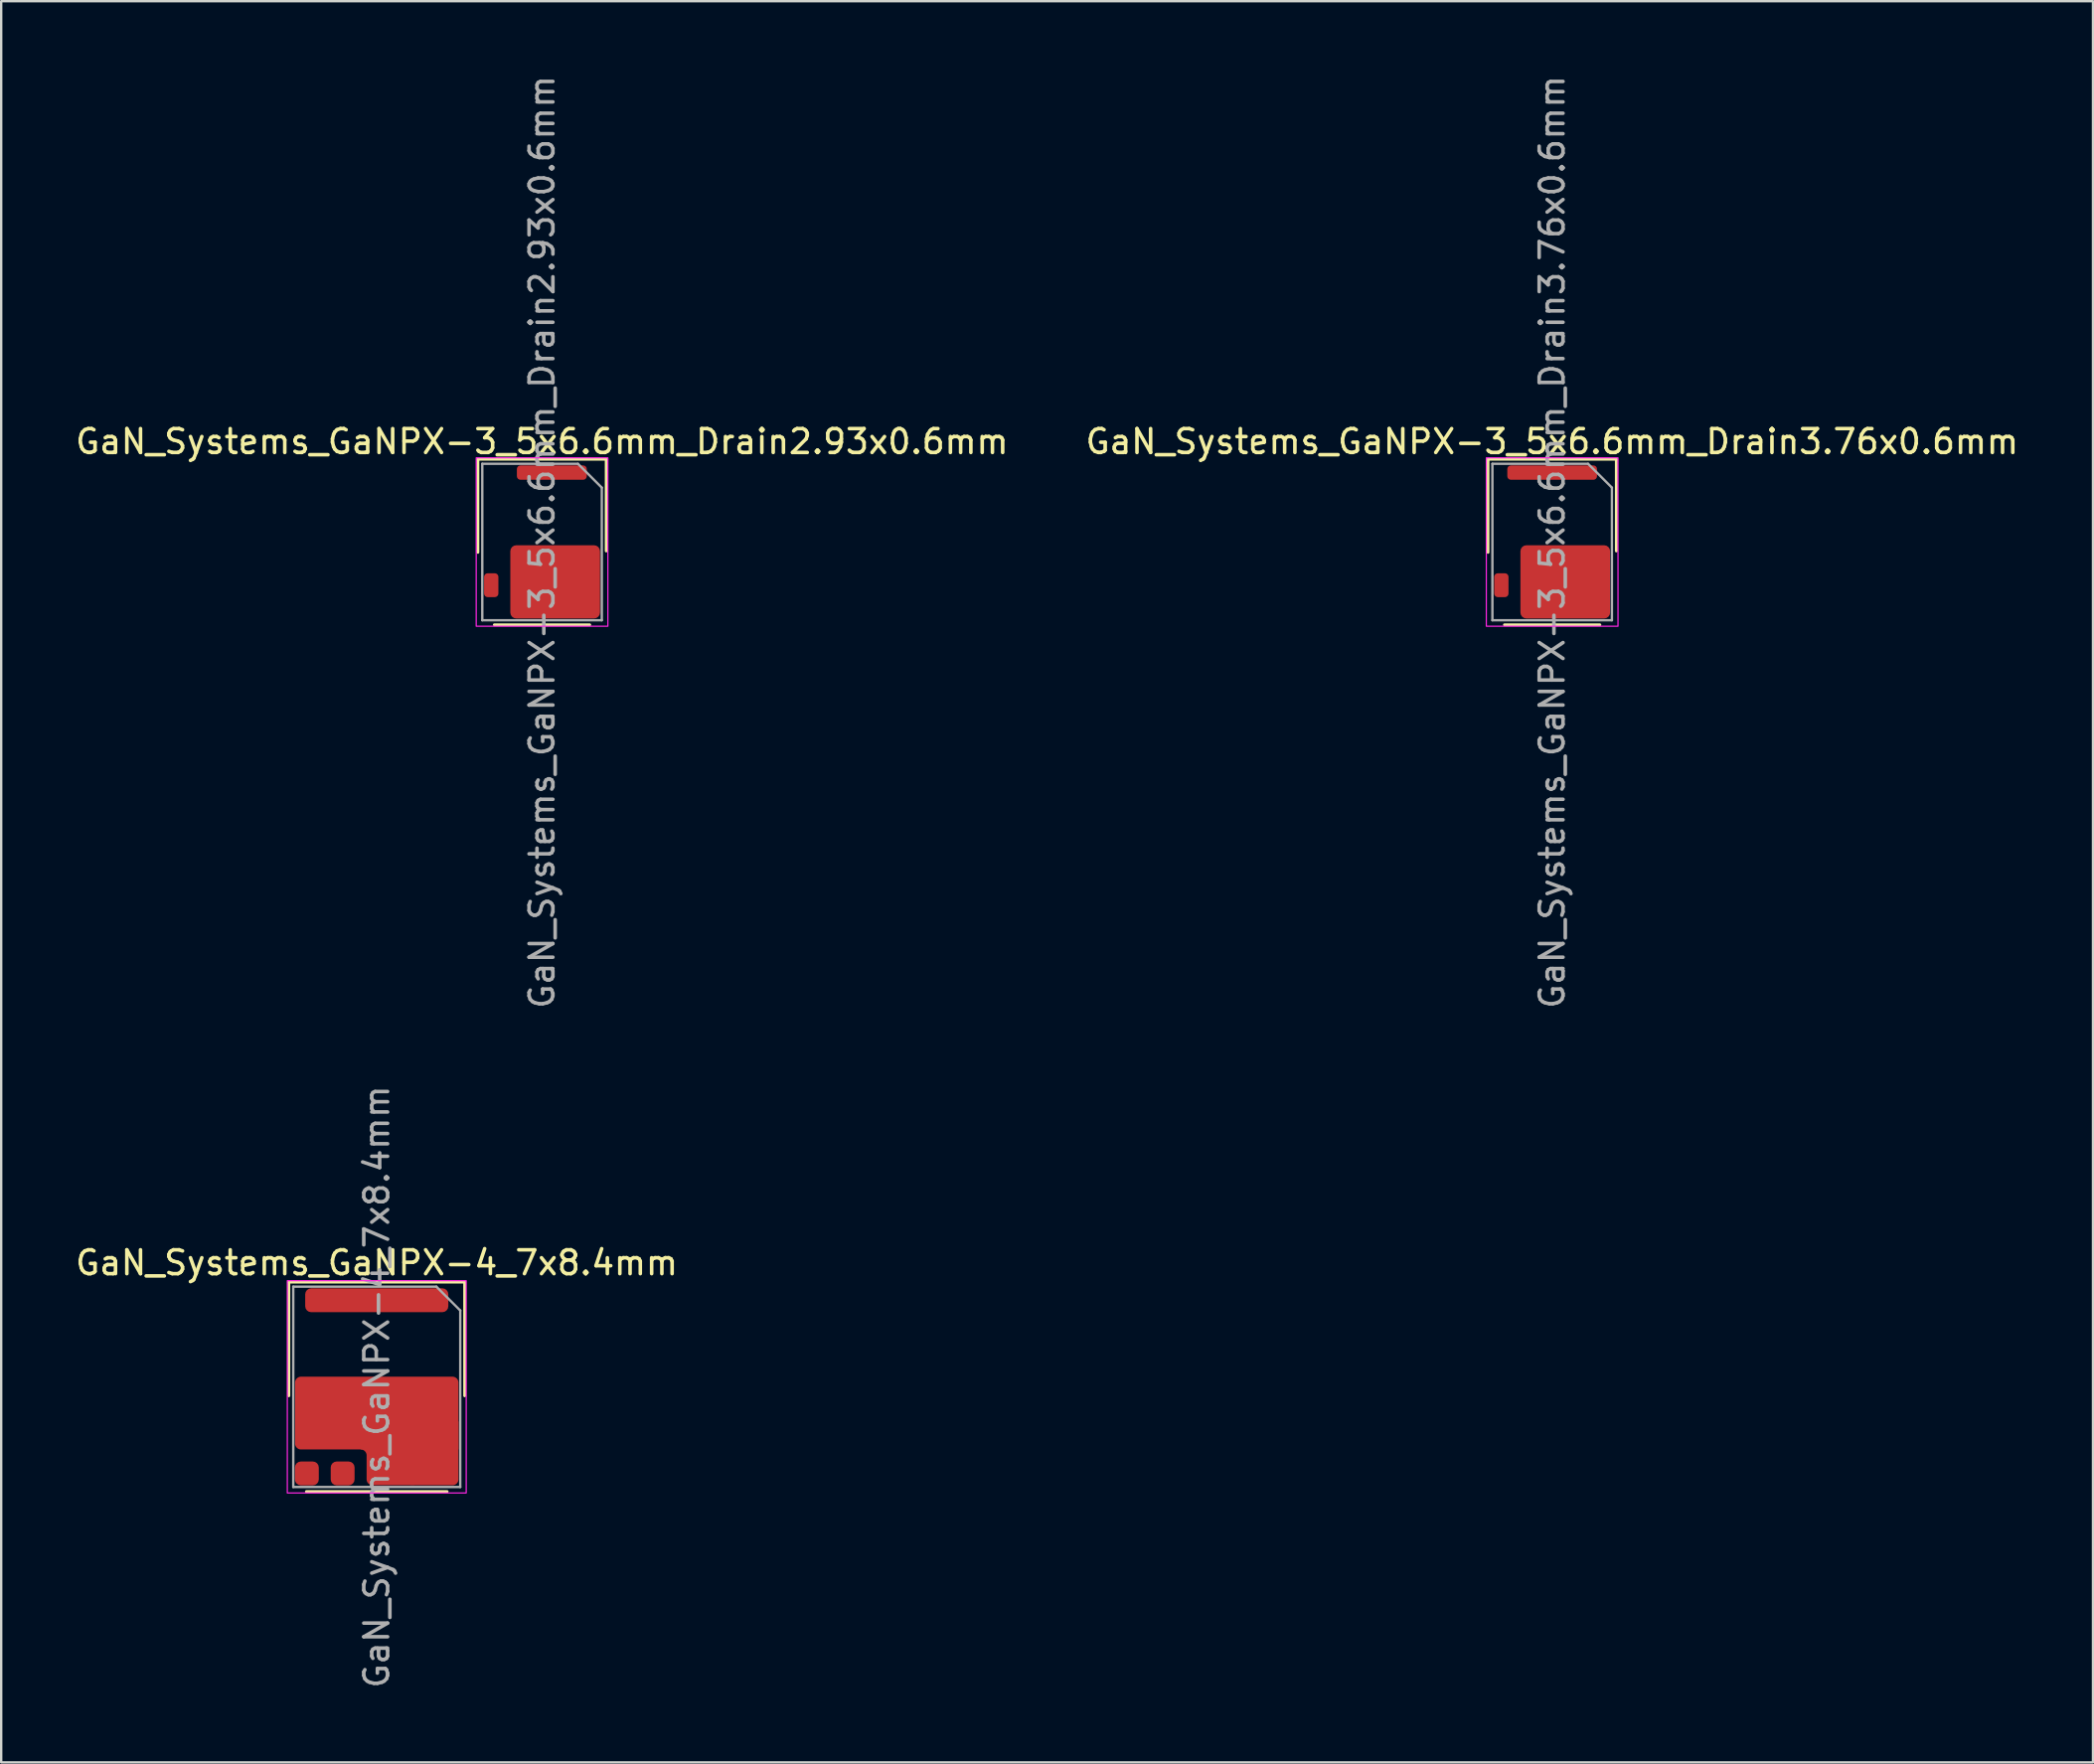
<source format=kicad_pcb>
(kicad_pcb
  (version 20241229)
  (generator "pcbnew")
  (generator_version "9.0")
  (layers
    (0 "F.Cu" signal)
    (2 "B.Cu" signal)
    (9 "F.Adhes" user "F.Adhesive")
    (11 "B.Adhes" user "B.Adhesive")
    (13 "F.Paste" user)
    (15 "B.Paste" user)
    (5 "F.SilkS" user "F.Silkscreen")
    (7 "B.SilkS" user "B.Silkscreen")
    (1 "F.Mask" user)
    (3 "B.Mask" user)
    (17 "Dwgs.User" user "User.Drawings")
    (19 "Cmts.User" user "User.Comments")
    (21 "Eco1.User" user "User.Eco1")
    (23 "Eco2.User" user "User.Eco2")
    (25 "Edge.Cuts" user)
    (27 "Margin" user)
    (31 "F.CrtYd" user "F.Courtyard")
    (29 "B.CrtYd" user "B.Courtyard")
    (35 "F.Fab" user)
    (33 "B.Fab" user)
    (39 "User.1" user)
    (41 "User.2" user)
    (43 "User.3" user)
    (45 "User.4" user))
  (footprint "GaN_Systems_GaNPX-3_5x6.6mm_Drain3.76x0.6mm"
    (layer "F.Cu")
    (at 62.018 19.673)
    (property "Reference" "GaN_Systems_GaNPX-3_5x6.6mm_Drain3.76x0.6mm" (at 0 -4.21 0) (layer "F.SilkS") (effects (font (size 1 1) (thickness 0.15))))
    (attr smd)
    (fp_line (start -2.69 -3.47) (end -2.69 0.432) (stroke (width 0.12) (type default)) (layer "F.SilkS"))
    (fp_line (start -2 3.47) (end 2 3.47) (stroke (width 0.12) (type default)) (layer "F.SilkS"))
    (fp_line (start 2.69 -3.47) (end -2.69 -3.47) (stroke (width 0.12) (type default)) (layer "F.SilkS"))
    (fp_line (start 2.69 0.375) (end 2.69 -3.47) (stroke (width 0.12) (type default)) (layer "F.SilkS"))
    (fp_rect (start -2.76 -3.53) (end 2.76 3.53) (stroke (width 0.05) (type default)) (fill no) (layer "F.CrtYd"))
    (fp_line (start -2.505 -3.28) (end -2.505 3.28) (stroke (width 0.1) (type default)) (layer "F.Fab"))
    (fp_line (start -2.505 3.28) (end 2.505 3.28) (stroke (width 0.1) (type default)) (layer "F.Fab"))
    (fp_line (start 1.505 -3.28) (end -2.505 -3.28) (stroke (width 0.1) (type default)) (layer "F.Fab"))
    (fp_line (start 1.505 -3.28) (end 2.505 -2.28) (stroke (width 0.1) (type default)) (layer "F.Fab"))
    (fp_line (start 2.505 3.28) (end 2.505 -2.28) (stroke (width 0.1) (type default)) (layer "F.Fab"))
    (fp_text user "${REFERENCE}" (at 0 0 90) (layer "F.Fab") (effects (font (size 1 1) (thickness 0.15))))
    (pad "" smd roundrect (at -0.34 0.953) (size 1.58 1.235) (layers "F.Paste") (roundrect_rratio 0.202))
    (pad "" smd roundrect (at -0.34 2.388) (size 1.58 1.235) (layers "F.Paste") (roundrect_rratio 0.202))
    (pad "" smd roundrect (at 1.44 0.953) (size 1.58 1.235) (layers "F.Paste") (roundrect_rratio 0.202))
    (pad "" smd roundrect (at 1.44 2.388) (size 1.58 1.235) (layers "F.Paste") (roundrect_rratio 0.202))
    (pad "1" smd roundrect (at 0 -2.91) (size 3.76 0.6) (layers "F.Cu" "F.Mask" "F.Paste") (roundrect_rratio 0.25))
    (pad "2" smd roundrect (at -2.13 1.81) (size 0.6 1) (layers "F.Cu" "F.Mask" "F.Paste") (roundrect_rratio 0.25))
    (pad "3" smd roundrect (at 0.55 1.67) (size 3.76 3.07) (layers "F.Cu" "F.Mask") (roundrect_rratio 0.081)))
  (footprint "GaN_Systems_GaNPX-4_7x8.4mm"
    (layer "F.Cu")
    (at 12.744 55.089)
    (property "Reference" "GaN_Systems_GaNPX-4_7x8.4mm" (at 0 -5.2 0) (layer "F.SilkS") (effects (font (size 1 1) (thickness 0.15))))
    (attr smd)
    (fp_line (start -3.685 -4.39) (end -3.685 0.375) (stroke (width 0.12) (type default)) (layer "F.SilkS"))
    (fp_line (start -2.95 4.39) (end 2.95 4.39) (stroke (width 0.12) (type default)) (layer "F.SilkS"))
    (fp_line (start 3.685 -4.39) (end -3.685 -4.39) (stroke (width 0.12) (type default)) (layer "F.SilkS"))
    (fp_line (start 3.685 0.375) (end 3.685 -4.39) (stroke (width 0.12) (type default)) (layer "F.SilkS"))
    (fp_rect (start -3.75 -4.45) (end 3.75 4.45) (stroke (width 0.05) (type default)) (fill no) (layer "F.CrtYd"))
    (fp_line (start -3.5 -4.2) (end -3.5 4.2) (stroke (width 0.1) (type default)) (layer "F.Fab"))
    (fp_line (start -3.5 4.2) (end 3.5 4.2) (stroke (width 0.1) (type default)) (layer "F.Fab"))
    (fp_line (start 2.5 -4.2) (end -3.5 -4.2) (stroke (width 0.1) (type default)) (layer "F.Fab"))
    (fp_line (start 2.5 -4.2) (end 3.5 -3.2) (stroke (width 0.1) (type default)) (layer "F.Fab"))
    (fp_line (start 3.5 4.2) (end 3.5 -3.2) (stroke (width 0.1) (type default)) (layer "F.Fab"))
    (fp_text user "${REFERENCE}" (at 0 0 90) (layer "F.Fab") (effects (font (size 1 1) (thickness 0.15))))
    (pad "" smd roundrect (at -2.575 0.388) (size 1.3 1.225) (layers "F.Paste") (roundrect_rratio 0.2) (chamfer_ratio 0.2) (chamfer))
    (pad "" smd roundrect (at -2.575 1.812) (size 1.3 1.225) (layers "F.Paste") (roundrect_rratio 0.2) (chamfer_ratio 0.2) (chamfer))
    (pad "" smd roundrect (at -1.075 0.388) (size 1.3 1.225) (layers "F.Paste") (roundrect_rratio 0.2) (chamfer_ratio 0.2) (chamfer))
    (pad "" smd roundrect (at -1.075 1.812) (size 1.3 1.225) (layers "F.Paste") (roundrect_rratio 0.2) (chamfer_ratio 0.2) (chamfer))
    (pad "" smd roundrect (at 0.588 0.388) (size 1.625 1.225) (layers "F.Paste") (roundrect_rratio 0.2) (chamfer_ratio 0.2) (chamfer))
    (pad "" smd roundrect (at 0.588 1.812) (size 1.625 1.225) (layers "F.Paste") (roundrect_rratio 0.2) (chamfer_ratio 0.2) (chamfer))
    (pad "" smd roundrect (at 0.588 3.275) (size 1.625 1.3) (layers "F.Paste") (roundrect_rratio 0.2) (chamfer_ratio 0.2) (chamfer))
    (pad "" smd roundrect (at 2.413 0.388) (size 1.625 1.225) (layers "F.Paste") (roundrect_rratio 0.2) (chamfer_ratio 0.2) (chamfer))
    (pad "" smd roundrect (at 2.413 1.812) (size 1.625 1.225) (layers "F.Paste") (roundrect_rratio 0.2) (chamfer_ratio 0.2) (chamfer))
    (pad "" smd roundrect (at 2.413 3.275) (size 1.625 1.3) (layers "F.Paste") (roundrect_rratio 0.2) (chamfer_ratio 0.2) (chamfer))
    (pad "1" smd roundrect (at 0 -3.63) (size 6 1) (layers "F.Cu" "F.Mask" "F.Paste") (roundrect_rratio 0.25))
    (pad "2" smd custom (at 0 1.1) (size 3.05 3.05) (layers "F.Cu" "F.Mask") (options (anchor circle)) (primitives (gr_poly (pts (arc (start -3.425 1.275) (mid -3.351777 1.451777) (end -3.175 1.525)) (xy 3.425 1.525) (arc (start 3.425 -1.275) (mid 3.351777 -1.451777) (end 3.175 -1.525)) (arc (start -3.175 -1.525) (mid -3.351777 -1.451777) (end -3.425 -1.275))) (width 0.0001) (fill yes))))
    (pad "2" smd custom (at 1.5 3.38) (size 1.5 1.5) (layers "F.Cu" "F.Mask") (options (anchor circle)) (primitives (gr_poly (pts (arc (start 1.675 0.745) (mid 1.851777 0.671777) (end 1.925 0.495)) (xy 1.925 -1.93) (xy -2.175 -1.93) (arc (start -2.175 -0.755) (mid -1.998223 -0.681777) (end -1.925 -0.505)) (arc (start -1.925 0.495) (mid -1.851777 0.671777) (end -1.675 0.745))) (width 0.0001) (fill yes))))
    (pad "3" smd roundrect (at -2.93 3.63) (size 1 1) (layers "F.Cu" "F.Mask" "F.Paste") (roundrect_rratio 0.25))
    (pad "4" smd roundrect (at -1.43 3.63) (size 1 1) (layers "F.Cu" "F.Mask" "F.Paste") (roundrect_rratio 0.25)))
  (footprint "GaN_Systems_GaNPX-3_5x6.6mm_Drain2.93x0.6mm"
    (layer "F.Cu")
    (at 19.673 19.673)
    (property "Reference" "GaN_Systems_GaNPX-3_5x6.6mm_Drain2.93x0.6mm" (at 0 -4.21 0) (layer "F.SilkS") (effects (font (size 1 1) (thickness 0.15))))
    (attr smd)
    (fp_line (start -2.69 -3.47) (end -2.69 0.432) (stroke (width 0.12) (type default)) (layer "F.SilkS"))
    (fp_line (start -2 3.47) (end 2 3.47) (stroke (width 0.12) (type default)) (layer "F.SilkS"))
    (fp_line (start 2.69 -3.47) (end -2.69 -3.47) (stroke (width 0.12) (type default)) (layer "F.SilkS"))
    (fp_line (start 2.69 0.375) (end 2.69 -3.47) (stroke (width 0.12) (type default)) (layer "F.SilkS"))
    (fp_rect (start -2.76 -3.53) (end 2.76 3.53) (stroke (width 0.05) (type default)) (fill no) (layer "F.CrtYd"))
    (fp_line (start -2.505 -3.28) (end -2.505 3.28) (stroke (width 0.1) (type default)) (layer "F.Fab"))
    (fp_line (start -2.505 3.28) (end 2.505 3.28) (stroke (width 0.1) (type default)) (layer "F.Fab"))
    (fp_line (start 1.505 -3.28) (end -2.505 -3.28) (stroke (width 0.1) (type default)) (layer "F.Fab"))
    (fp_line (start 1.505 -3.28) (end 2.505 -2.28) (stroke (width 0.1) (type default)) (layer "F.Fab"))
    (fp_line (start 2.505 3.28) (end 2.505 -2.28) (stroke (width 0.1) (type default)) (layer "F.Fab"))
    (fp_text user "${REFERENCE}" (at 0 0 90) (layer "F.Fab") (effects (font (size 1 1) (thickness 0.15))))
    (pad "" smd roundrect (at -0.34 0.953) (size 1.58 1.235) (layers "F.Paste") (roundrect_rratio 0.202))
    (pad "" smd roundrect (at -0.34 2.388) (size 1.58 1.235) (layers "F.Paste") (roundrect_rratio 0.202))
    (pad "" smd roundrect (at 1.44 0.953) (size 1.58 1.235) (layers "F.Paste") (roundrect_rratio 0.202))
    (pad "" smd roundrect (at 1.44 2.388) (size 1.58 1.235) (layers "F.Paste") (roundrect_rratio 0.202))
    (pad "1" smd roundrect (at 0.41 -2.91) (size 2.93 0.6) (layers "F.Cu" "F.Mask" "F.Paste") (roundrect_rratio 0.25))
    (pad "2" smd roundrect (at -2.13 1.81) (size 0.6 1) (layers "F.Cu" "F.Mask" "F.Paste") (roundrect_rratio 0.25))
    (pad "3" smd roundrect (at 0.55 1.67) (size 3.76 3.07) (layers "F.Cu" "F.Mask") (roundrect_rratio 0.081)))
  (gr_rect
    (start -3 -3)
    (end 84.69 70.833)
    (stroke (width 0.1) (type default))
    (fill no)
    (layer "Edge.Cuts")))
</source>
